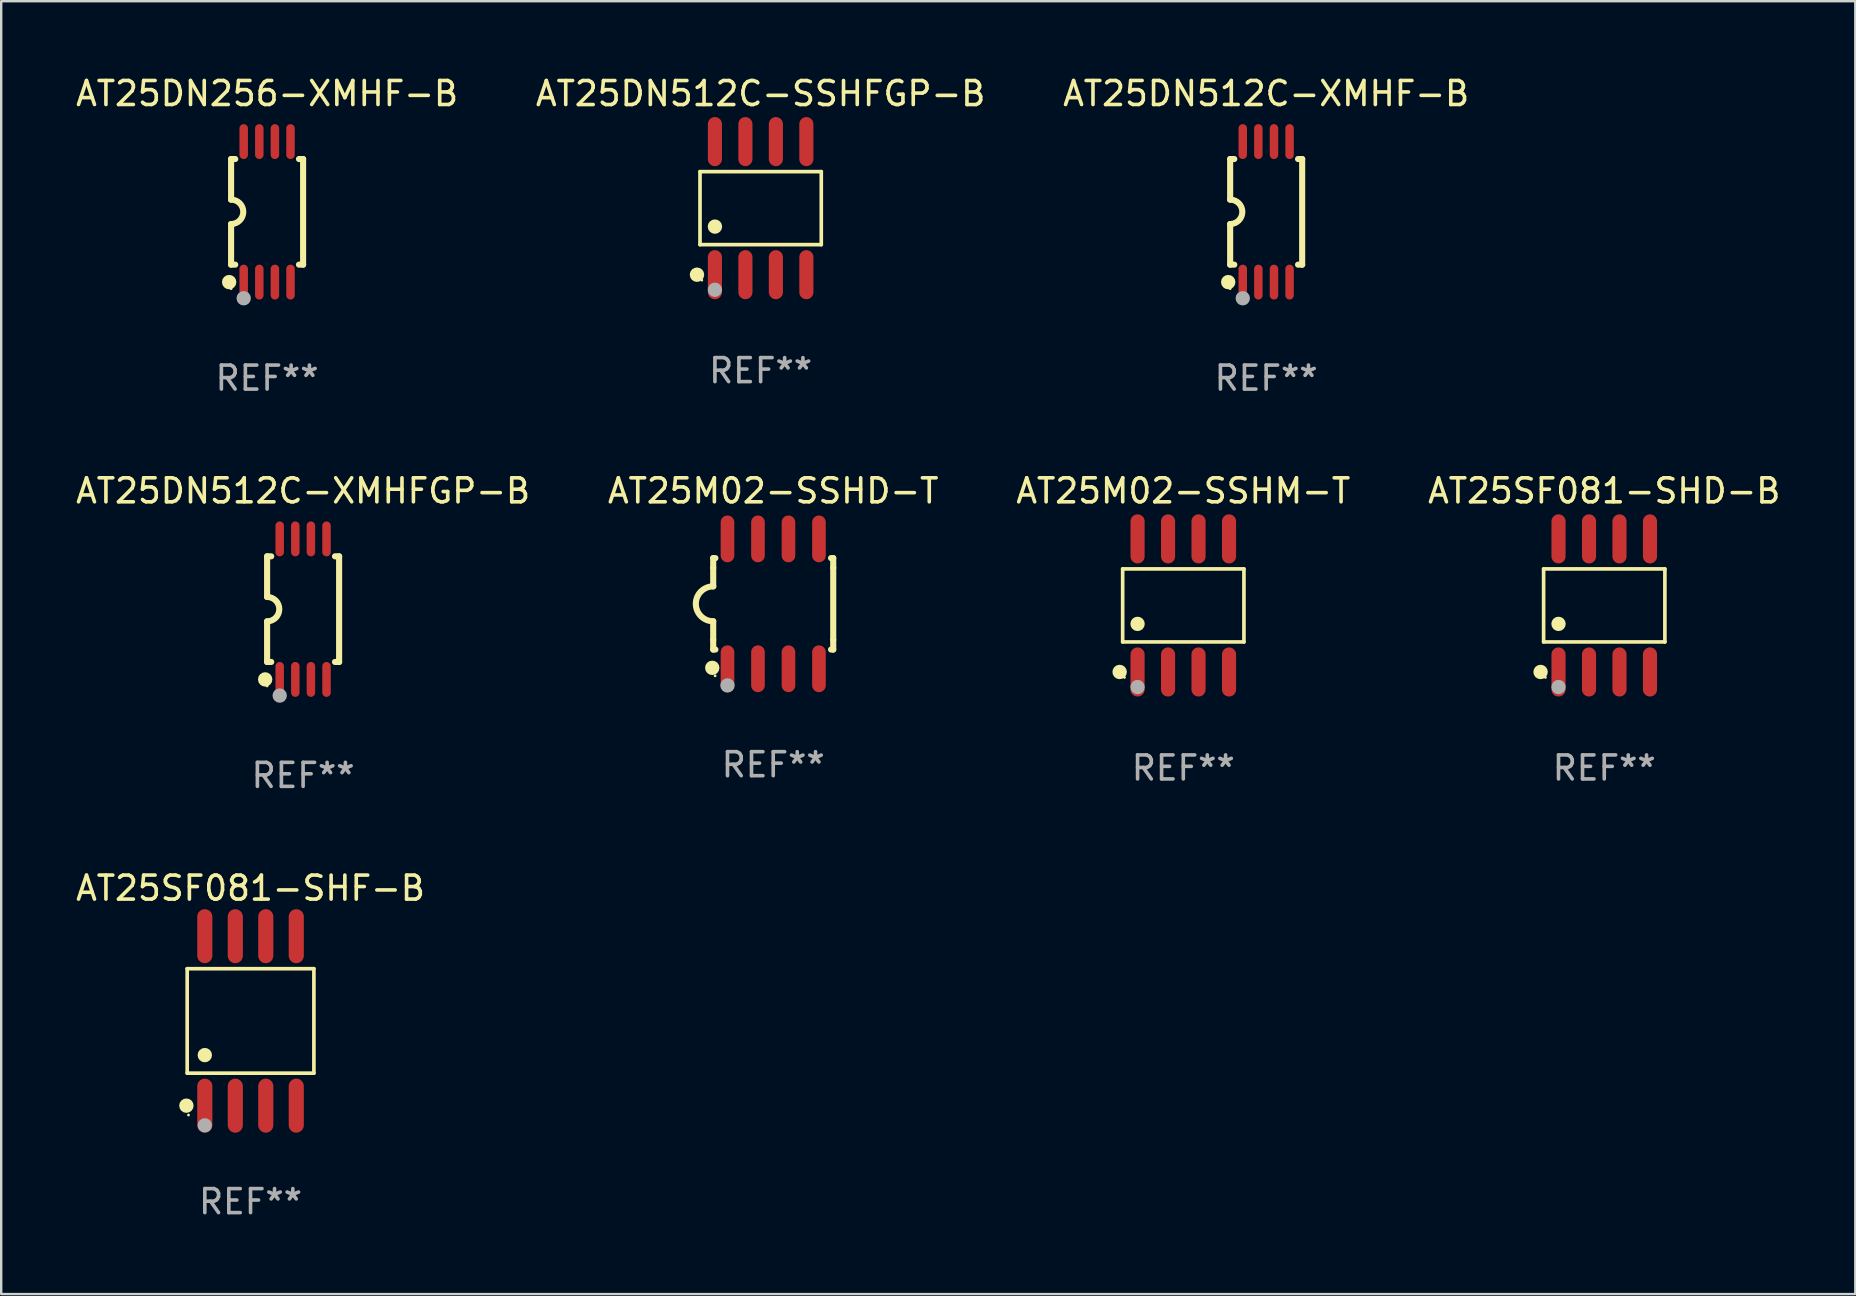
<source format=kicad_pcb>
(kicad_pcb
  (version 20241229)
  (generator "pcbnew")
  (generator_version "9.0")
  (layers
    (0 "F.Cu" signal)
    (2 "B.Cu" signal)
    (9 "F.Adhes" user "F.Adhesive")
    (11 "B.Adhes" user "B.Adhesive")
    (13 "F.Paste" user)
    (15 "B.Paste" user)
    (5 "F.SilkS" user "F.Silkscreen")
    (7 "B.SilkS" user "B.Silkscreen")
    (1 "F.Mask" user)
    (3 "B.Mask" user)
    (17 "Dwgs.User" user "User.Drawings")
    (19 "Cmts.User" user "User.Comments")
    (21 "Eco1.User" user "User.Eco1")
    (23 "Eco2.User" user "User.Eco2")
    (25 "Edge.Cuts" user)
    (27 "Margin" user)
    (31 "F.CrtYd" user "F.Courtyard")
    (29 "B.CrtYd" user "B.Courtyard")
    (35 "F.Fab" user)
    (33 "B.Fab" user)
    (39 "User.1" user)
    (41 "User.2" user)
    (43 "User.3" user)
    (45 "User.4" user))
  (footprint "AT25DN256-XMHF-B"
    (layer "F.Cu")
    (at 8.077 5.775)
    (property "Reference" "AT25DN256-XMHF-B" (at 0 -4.927 0) (layer "F.SilkS") (effects (font (size 1 1) (thickness 0.15))))
    (attr through_hole)
    (fp_line (start -1.5 -2.2) (end -1.5 -0.508) (stroke (width 0.254) (type solid)) (layer "F.SilkS"))
    (fp_line (start -1.5 -2.2) (end -1.328 -2.2) (stroke (width 0.254) (type solid)) (layer "F.SilkS"))
    (fp_line (start -1.5 2.2) (end -1.5 0.508) (stroke (width 0.254) (type solid)) (layer "F.SilkS"))
    (fp_line (start -1.5 2.2) (end -1.328 2.2) (stroke (width 0.254) (type solid)) (layer "F.SilkS"))
    (fp_line (start 1.328 -2.2) (end 1.5 -2.2) (stroke (width 0.254) (type solid)) (layer "F.SilkS"))
    (fp_line (start 1.328 2.2) (end 1.5 2.2) (stroke (width 0.254) (type solid)) (layer "F.SilkS"))
    (fp_line (start 1.5 -2.2) (end 1.5 2.2) (stroke (width 0.254) (type solid)) (layer "F.SilkS"))
    (fp_arc (start -1.501144 -0.508) (mid -0.993143 -0.000571) (end -1.5 0.508001) (stroke (width 0.254001) (type solid)) (layer "F.SilkS"))
    (fp_circle (center -1.581 2.927) (end -1.431 2.927) (stroke (width 0.3) (type solid)) (fill no) (layer "F.SilkS"))
    (fp_circle (center -1.5 3.2) (end -1.47 3.2) (stroke (width 0.06) (type solid)) (fill no) (layer "F.SilkS"))
    (fp_circle (center -0.975 3.6) (end -0.825 3.6) (stroke (width 0.3) (type solid)) (fill no) (layer "F.Fab"))
    (fp_text user "REF**" (at 0 6.927 0) (layer "F.Fab") (effects (font (size 1 1) (thickness 0.15))))
    (pad "1" smd oval (at -0.975 2.927) (size 0.353 1.454) (layers "F.Cu" "F.Mask" "F.Paste"))
    (pad "2" smd oval (at -0.325 2.927) (size 0.353 1.454) (layers "F.Cu" "F.Mask" "F.Paste"))
    (pad "3" smd oval (at 0.325 2.927) (size 0.353 1.454) (layers "F.Cu" "F.Mask" "F.Paste"))
    (pad "4" smd oval (at 0.975 2.927) (size 0.353 1.454) (layers "F.Cu" "F.Mask" "F.Paste"))
    (pad "5" smd oval (at 0.975 -2.927) (size 0.353 1.454) (layers "F.Cu" "F.Mask" "F.Paste"))
    (pad "6" smd oval (at 0.325 -2.927) (size 0.353 1.454) (layers "F.Cu" "F.Mask" "F.Paste"))
    (pad "7" smd oval (at -0.325 -2.927) (size 0.353 1.454) (layers "F.Cu" "F.Mask" "F.Paste"))
    (pad "8" smd oval (at -0.975 -2.927) (size 0.353 1.454) (layers "F.Cu" "F.Mask" "F.Paste")))
  (footprint "AT25M02-SSHD-T"
    (layer "F.Cu")
    (at 29.161 22.104)
    (property "Reference" "AT25M02-SSHD-T" (at 0 -4.705 0) (layer "F.SilkS") (effects (font (size 1 1) (thickness 0.15))))
    (attr through_hole)
    (fp_line (start -2.5 -1.905) (end -2.409 -1.905) (stroke (width 0.254) (type solid)) (layer "F.SilkS"))
    (fp_line (start -2.5 -1.5) (end -2.5 -1.905) (stroke (width 0.254) (type solid)) (layer "F.SilkS"))
    (fp_line (start -2.5 -1.5) (end -2.5 -0.726) (stroke (width 0.254) (type solid)) (layer "F.SilkS"))
    (fp_line (start -2.5 1.5) (end -2.5 0.727) (stroke (width 0.254) (type solid)) (layer "F.SilkS"))
    (fp_line (start -2.5 1.5) (end -2.5 1.905) (stroke (width 0.254) (type solid)) (layer "F.SilkS"))
    (fp_line (start -2.5 1.905) (end -2.409 1.905) (stroke (width 0.254) (type solid)) (layer "F.SilkS"))
    (fp_line (start 2.5 -1.905) (end 2.409 -1.905) (stroke (width 0.254) (type solid)) (layer "F.SilkS"))
    (fp_line (start 2.5 -1.5) (end 2.5 -1.905) (stroke (width 0.254) (type solid)) (layer "F.SilkS"))
    (fp_line (start 2.5 -1.5) (end 2.5 1.5) (stroke (width 0.254) (type solid)) (layer "F.SilkS"))
    (fp_line (start 2.5 1.5) (end 2.5 1.905) (stroke (width 0.254) (type solid)) (layer "F.SilkS"))
    (fp_line (start 2.5 1.905) (end 2.409 1.905) (stroke (width 0.254) (type solid)) (layer "F.SilkS"))
    (fp_arc (start -2.5 0.726568) (mid -3.220316 -0.0023) (end -2.495097 -0.726289) (stroke (width 0.254001) (type solid)) (layer "F.SilkS"))
    (fp_circle (center -2.54 2.667) (end -2.39 2.667) (stroke (width 0.3) (type solid)) (fill no) (layer "F.SilkS"))
    (fp_circle (center -2.42 3) (end -2.39 3) (stroke (width 0.06) (type solid)) (fill no) (layer "F.SilkS"))
    (fp_circle (center -1.905 3.4) (end -1.755 3.4) (stroke (width 0.3) (type solid)) (fill no) (layer "F.Fab"))
    (fp_text user "REF**" (at 0 6.705 0) (layer "F.Fab") (effects (font (size 1 1) (thickness 0.15))))
    (pad "1" smd oval (at -1.905 2.705) (size 0.568 1.95) (layers "F.Cu" "F.Mask" "F.Paste"))
    (pad "2" smd oval (at -0.635 2.705) (size 0.568 1.95) (layers "F.Cu" "F.Mask" "F.Paste"))
    (pad "3" smd oval (at 0.635 2.705) (size 0.568 1.95) (layers "F.Cu" "F.Mask" "F.Paste"))
    (pad "4" smd oval (at 1.905 2.705) (size 0.568 1.95) (layers "F.Cu" "F.Mask" "F.Paste"))
    (pad "5" smd oval (at 1.905 -2.705) (size 0.568 1.95) (layers "F.Cu" "F.Mask" "F.Paste"))
    (pad "6" smd oval (at 0.635 -2.705) (size 0.568 1.95) (layers "F.Cu" "F.Mask" "F.Paste"))
    (pad "7" smd oval (at -0.635 -2.705) (size 0.568 1.95) (layers "F.Cu" "F.Mask" "F.Paste"))
    (pad "8" smd oval (at -1.905 -2.705) (size 0.568 1.95) (layers "F.Cu" "F.Mask" "F.Paste")))
  (footprint "AT25SF081-SHF-B"
    (layer "F.Cu")
    (at 7.387 39.48)
    (property "Reference" "AT25SF081-SHF-B" (at 0 -5.53 0) (layer "F.SilkS") (effects (font (size 1 1) (thickness 0.15))))
    (attr through_hole)
    (fp_line (start -2.639 -2.176) (end 2.639 -2.176) (stroke (width 0.152) (type solid)) (layer "F.SilkS"))
    (fp_line (start -2.639 2.176) (end -2.639 -2.176) (stroke (width 0.152) (type solid)) (layer "F.SilkS"))
    (fp_line (start 2.639 -2.176) (end 2.639 2.176) (stroke (width 0.152) (type solid)) (layer "F.SilkS"))
    (fp_line (start 2.639 2.176) (end -2.639 2.176) (stroke (width 0.152) (type solid)) (layer "F.SilkS"))
    (fp_circle (center -2.672 3.53) (end -2.522 3.53) (stroke (width 0.3) (type solid)) (fill no) (layer "F.SilkS"))
    (fp_circle (center -2.585 3.92) (end -2.555 3.92) (stroke (width 0.06) (type solid)) (fill no) (layer "F.SilkS"))
    (fp_circle (center -1.905 1.424) (end -1.755 1.424) (stroke (width 0.3) (type solid)) (fill no) (layer "F.SilkS"))
    (fp_circle (center -1.905 4.35) (end -1.755 4.35) (stroke (width 0.3) (type solid)) (fill no) (layer "F.Fab"))
    (fp_text user "REF**" (at 0 7.53 0) (layer "F.Fab") (effects (font (size 1 1) (thickness 0.15))))
    (pad "1" smd oval (at -1.905 3.53) (size 0.63 2.25) (layers "F.Cu" "F.Mask" "F.Paste"))
    (pad "2" smd oval (at -0.635 3.53) (size 0.63 2.25) (layers "F.Cu" "F.Mask" "F.Paste"))
    (pad "3" smd oval (at 0.635 3.53) (size 0.63 2.25) (layers "F.Cu" "F.Mask" "F.Paste"))
    (pad "4" smd oval (at 1.905 3.53) (size 0.63 2.25) (layers "F.Cu" "F.Mask" "F.Paste"))
    (pad "5" smd oval (at 1.905 -3.53) (size 0.63 2.25) (layers "F.Cu" "F.Mask" "F.Paste"))
    (pad "6" smd oval (at 0.635 -3.53) (size 0.63 2.25) (layers "F.Cu" "F.Mask" "F.Paste"))
    (pad "7" smd oval (at -0.635 -3.53) (size 0.63 2.25) (layers "F.Cu" "F.Mask" "F.Paste"))
    (pad "8" smd oval (at -1.905 -3.53) (size 0.63 2.25) (layers "F.Cu" "F.Mask" "F.Paste")))
  (footprint "AT25M02-SSHM-T"
    (layer "F.Cu")
    (at 46.244 22.171)
    (property "Reference" "AT25M02-SSHM-T" (at 0 -4.772 0) (layer "F.SilkS") (effects (font (size 1 1) (thickness 0.15))))
    (attr through_hole)
    (fp_line (start -2.526 -1.521) (end 2.526 -1.521) (stroke (width 0.152) (type solid)) (layer "F.SilkS"))
    (fp_line (start -2.526 1.521) (end -2.526 -1.521) (stroke (width 0.152) (type solid)) (layer "F.SilkS"))
    (fp_line (start 2.526 -1.521) (end 2.526 1.521) (stroke (width 0.152) (type solid)) (layer "F.SilkS"))
    (fp_line (start 2.526 1.521) (end -2.526 1.521) (stroke (width 0.152) (type solid)) (layer "F.SilkS"))
    (fp_circle (center -2.652 2.772) (end -2.501 2.772) (stroke (width 0.3) (type solid)) (fill no) (layer "F.SilkS"))
    (fp_circle (center -2.45 3) (end -2.42 3) (stroke (width 0.06) (type solid)) (fill no) (layer "F.SilkS"))
    (fp_circle (center -1.905 0.769) (end -1.755 0.769) (stroke (width 0.3) (type solid)) (fill no) (layer "F.SilkS"))
    (fp_circle (center -1.905 3.4) (end -1.755 3.4) (stroke (width 0.3) (type solid)) (fill no) (layer "F.Fab"))
    (fp_text user "REF**" (at 0 6.772 0) (layer "F.Fab") (effects (font (size 1 1) (thickness 0.15))))
    (pad "1" smd oval (at -1.905 2.772) (size 0.588 2.045) (layers "F.Cu" "F.Mask" "F.Paste"))
    (pad "2" smd oval (at -0.635 2.772) (size 0.588 2.045) (layers "F.Cu" "F.Mask" "F.Paste"))
    (pad "3" smd oval (at 0.635 2.772) (size 0.588 2.045) (layers "F.Cu" "F.Mask" "F.Paste"))
    (pad "4" smd oval (at 1.905 2.772) (size 0.588 2.045) (layers "F.Cu" "F.Mask" "F.Paste"))
    (pad "5" smd oval (at 1.905 -2.772) (size 0.588 2.045) (layers "F.Cu" "F.Mask" "F.Paste"))
    (pad "6" smd oval (at 0.635 -2.772) (size 0.588 2.045) (layers "F.Cu" "F.Mask" "F.Paste"))
    (pad "7" smd oval (at -0.635 -2.772) (size 0.588 2.045) (layers "F.Cu" "F.Mask" "F.Paste"))
    (pad "8" smd oval (at -1.905 -2.772) (size 0.588 2.045) (layers "F.Cu" "F.Mask" "F.Paste")))
  (footprint "AT25SF081-SHD-B"
    (layer "F.Cu")
    (at 63.78 22.171)
    (property "Reference" "AT25SF081-SHD-B" (at 0 -4.772 0) (layer "F.SilkS") (effects (font (size 1 1) (thickness 0.15))))
    (attr through_hole)
    (fp_line (start -2.526 -1.521) (end 2.526 -1.521) (stroke (width 0.152) (type solid)) (layer "F.SilkS"))
    (fp_line (start -2.526 1.521) (end -2.526 -1.521) (stroke (width 0.152) (type solid)) (layer "F.SilkS"))
    (fp_line (start 2.526 -1.521) (end 2.526 1.521) (stroke (width 0.152) (type solid)) (layer "F.SilkS"))
    (fp_line (start 2.526 1.521) (end -2.526 1.521) (stroke (width 0.152) (type solid)) (layer "F.SilkS"))
    (fp_circle (center -2.652 2.772) (end -2.501 2.772) (stroke (width 0.3) (type solid)) (fill no) (layer "F.SilkS"))
    (fp_circle (center -2.45 3) (end -2.42 3) (stroke (width 0.06) (type solid)) (fill no) (layer "F.SilkS"))
    (fp_circle (center -1.905 0.769) (end -1.755 0.769) (stroke (width 0.3) (type solid)) (fill no) (layer "F.SilkS"))
    (fp_circle (center -1.905 3.4) (end -1.755 3.4) (stroke (width 0.3) (type solid)) (fill no) (layer "F.Fab"))
    (fp_text user "REF**" (at 0 6.772 0) (layer "F.Fab") (effects (font (size 1 1) (thickness 0.15))))
    (pad "1" smd oval (at -1.905 2.772) (size 0.588 2.045) (layers "F.Cu" "F.Mask" "F.Paste"))
    (pad "2" smd oval (at -0.635 2.772) (size 0.588 2.045) (layers "F.Cu" "F.Mask" "F.Paste"))
    (pad "3" smd oval (at 0.635 2.772) (size 0.588 2.045) (layers "F.Cu" "F.Mask" "F.Paste"))
    (pad "4" smd oval (at 1.905 2.772) (size 0.588 2.045) (layers "F.Cu" "F.Mask" "F.Paste"))
    (pad "5" smd oval (at 1.905 -2.772) (size 0.588 2.045) (layers "F.Cu" "F.Mask" "F.Paste"))
    (pad "6" smd oval (at 0.635 -2.772) (size 0.588 2.045) (layers "F.Cu" "F.Mask" "F.Paste"))
    (pad "7" smd oval (at -0.635 -2.772) (size 0.588 2.045) (layers "F.Cu" "F.Mask" "F.Paste"))
    (pad "8" smd oval (at -1.905 -2.772) (size 0.588 2.045) (layers "F.Cu" "F.Mask" "F.Paste")))
  (footprint "AT25DN512C-XMHFGP-B"
    (layer "F.Cu")
    (at 9.577 22.326)
    (property "Reference" "AT25DN512C-XMHFGP-B" (at 0 -4.927 0) (layer "F.SilkS") (effects (font (size 1 1) (thickness 0.15))))
    (attr through_hole)
    (fp_line (start -1.5 -2.2) (end -1.5 -0.508) (stroke (width 0.254) (type solid)) (layer "F.SilkS"))
    (fp_line (start -1.5 -2.2) (end -1.328 -2.2) (stroke (width 0.254) (type solid)) (layer "F.SilkS"))
    (fp_line (start -1.5 2.2) (end -1.5 0.508) (stroke (width 0.254) (type solid)) (layer "F.SilkS"))
    (fp_line (start -1.5 2.2) (end -1.328 2.2) (stroke (width 0.254) (type solid)) (layer "F.SilkS"))
    (fp_line (start 1.328 -2.2) (end 1.5 -2.2) (stroke (width 0.254) (type solid)) (layer "F.SilkS"))
    (fp_line (start 1.328 2.2) (end 1.5 2.2) (stroke (width 0.254) (type solid)) (layer "F.SilkS"))
    (fp_line (start 1.5 -2.2) (end 1.5 2.2) (stroke (width 0.254) (type solid)) (layer "F.SilkS"))
    (fp_arc (start -1.501144 -0.508) (mid -0.993143 -0.000571) (end -1.5 0.508001) (stroke (width 0.254001) (type solid)) (layer "F.SilkS"))
    (fp_circle (center -1.581 2.927) (end -1.431 2.927) (stroke (width 0.3) (type solid)) (fill no) (layer "F.SilkS"))
    (fp_circle (center -1.5 3.2) (end -1.47 3.2) (stroke (width 0.06) (type solid)) (fill no) (layer "F.SilkS"))
    (fp_circle (center -0.975 3.6) (end -0.825 3.6) (stroke (width 0.3) (type solid)) (fill no) (layer "F.Fab"))
    (fp_text user "REF**" (at 0 6.927 0) (layer "F.Fab") (effects (font (size 1 1) (thickness 0.15))))
    (pad "1" smd oval (at -0.975 2.927) (size 0.353 1.454) (layers "F.Cu" "F.Mask" "F.Paste"))
    (pad "2" smd oval (at -0.325 2.927) (size 0.353 1.454) (layers "F.Cu" "F.Mask" "F.Paste"))
    (pad "3" smd oval (at 0.325 2.927) (size 0.353 1.454) (layers "F.Cu" "F.Mask" "F.Paste"))
    (pad "4" smd oval (at 0.975 2.927) (size 0.353 1.454) (layers "F.Cu" "F.Mask" "F.Paste"))
    (pad "5" smd oval (at 0.975 -2.927) (size 0.353 1.454) (layers "F.Cu" "F.Mask" "F.Paste"))
    (pad "6" smd oval (at 0.325 -2.927) (size 0.353 1.454) (layers "F.Cu" "F.Mask" "F.Paste"))
    (pad "7" smd oval (at -0.325 -2.927) (size 0.353 1.454) (layers "F.Cu" "F.Mask" "F.Paste"))
    (pad "8" smd oval (at -0.975 -2.927) (size 0.353 1.454) (layers "F.Cu" "F.Mask" "F.Paste")))
  (footprint "AT25DN512C-XMHF-B"
    (layer "F.Cu")
    (at 49.696 5.775)
    (property "Reference" "AT25DN512C-XMHF-B" (at 0 -4.927 0) (layer "F.SilkS") (effects (font (size 1 1) (thickness 0.15))))
    (attr through_hole)
    (fp_line (start -1.5 -2.2) (end -1.5 -0.508) (stroke (width 0.254) (type solid)) (layer "F.SilkS"))
    (fp_line (start -1.5 -2.2) (end -1.328 -2.2) (stroke (width 0.254) (type solid)) (layer "F.SilkS"))
    (fp_line (start -1.5 2.2) (end -1.5 0.508) (stroke (width 0.254) (type solid)) (layer "F.SilkS"))
    (fp_line (start -1.5 2.2) (end -1.328 2.2) (stroke (width 0.254) (type solid)) (layer "F.SilkS"))
    (fp_line (start 1.328 -2.2) (end 1.5 -2.2) (stroke (width 0.254) (type solid)) (layer "F.SilkS"))
    (fp_line (start 1.328 2.2) (end 1.5 2.2) (stroke (width 0.254) (type solid)) (layer "F.SilkS"))
    (fp_line (start 1.5 -2.2) (end 1.5 2.2) (stroke (width 0.254) (type solid)) (layer "F.SilkS"))
    (fp_arc (start -1.501144 -0.508) (mid -0.993143 -0.000571) (end -1.5 0.508001) (stroke (width 0.254001) (type solid)) (layer "F.SilkS"))
    (fp_circle (center -1.581 2.927) (end -1.431 2.927) (stroke (width 0.3) (type solid)) (fill no) (layer "F.SilkS"))
    (fp_circle (center -1.5 3.2) (end -1.47 3.2) (stroke (width 0.06) (type solid)) (fill no) (layer "F.SilkS"))
    (fp_circle (center -0.975 3.6) (end -0.825 3.6) (stroke (width 0.3) (type solid)) (fill no) (layer "F.Fab"))
    (fp_text user "REF**" (at 0 6.927 0) (layer "F.Fab") (effects (font (size 1 1) (thickness 0.15))))
    (pad "1" smd oval (at -0.975 2.927) (size 0.353 1.454) (layers "F.Cu" "F.Mask" "F.Paste"))
    (pad "2" smd oval (at -0.325 2.927) (size 0.353 1.454) (layers "F.Cu" "F.Mask" "F.Paste"))
    (pad "3" smd oval (at 0.325 2.927) (size 0.353 1.454) (layers "F.Cu" "F.Mask" "F.Paste"))
    (pad "4" smd oval (at 0.975 2.927) (size 0.353 1.454) (layers "F.Cu" "F.Mask" "F.Paste"))
    (pad "5" smd oval (at 0.975 -2.927) (size 0.353 1.454) (layers "F.Cu" "F.Mask" "F.Paste"))
    (pad "6" smd oval (at 0.325 -2.927) (size 0.353 1.454) (layers "F.Cu" "F.Mask" "F.Paste"))
    (pad "7" smd oval (at -0.325 -2.927) (size 0.353 1.454) (layers "F.Cu" "F.Mask" "F.Paste"))
    (pad "8" smd oval (at -0.975 -2.927) (size 0.353 1.454) (layers "F.Cu" "F.Mask" "F.Paste")))
  (footprint "AT25DN512C-SSHFGP-B"
    (layer "F.Cu")
    (at 28.637 5.621)
    (property "Reference" "AT25DN512C-SSHFGP-B" (at 0 -4.772 0) (layer "F.SilkS") (effects (font (size 1 1) (thickness 0.15))))
    (attr through_hole)
    (fp_line (start -2.526 -1.521) (end 2.526 -1.521) (stroke (width 0.152) (type solid)) (layer "F.SilkS"))
    (fp_line (start -2.526 1.521) (end -2.526 -1.521) (stroke (width 0.152) (type solid)) (layer "F.SilkS"))
    (fp_line (start 2.526 -1.521) (end 2.526 1.521) (stroke (width 0.152) (type solid)) (layer "F.SilkS"))
    (fp_line (start 2.526 1.521) (end -2.526 1.521) (stroke (width 0.152) (type solid)) (layer "F.SilkS"))
    (fp_circle (center -2.652 2.772) (end -2.501 2.772) (stroke (width 0.3) (type solid)) (fill no) (layer "F.SilkS"))
    (fp_circle (center -2.45 3) (end -2.42 3) (stroke (width 0.06) (type solid)) (fill no) (layer "F.SilkS"))
    (fp_circle (center -1.905 0.769) (end -1.755 0.769) (stroke (width 0.3) (type solid)) (fill no) (layer "F.SilkS"))
    (fp_circle (center -1.905 3.4) (end -1.755 3.4) (stroke (width 0.3) (type solid)) (fill no) (layer "F.Fab"))
    (fp_text user "REF**" (at 0 6.772 0) (layer "F.Fab") (effects (font (size 1 1) (thickness 0.15))))
    (pad "1" smd oval (at -1.905 2.772) (size 0.588 2.045) (layers "F.Cu" "F.Mask" "F.Paste"))
    (pad "2" smd oval (at -0.635 2.772) (size 0.588 2.045) (layers "F.Cu" "F.Mask" "F.Paste"))
    (pad "3" smd oval (at 0.635 2.772) (size 0.588 2.045) (layers "F.Cu" "F.Mask" "F.Paste"))
    (pad "4" smd oval (at 1.905 2.772) (size 0.588 2.045) (layers "F.Cu" "F.Mask" "F.Paste"))
    (pad "5" smd oval (at 1.905 -2.772) (size 0.588 2.045) (layers "F.Cu" "F.Mask" "F.Paste"))
    (pad "6" smd oval (at 0.635 -2.772) (size 0.588 2.045) (layers "F.Cu" "F.Mask" "F.Paste"))
    (pad "7" smd oval (at -0.635 -2.772) (size 0.588 2.045) (layers "F.Cu" "F.Mask" "F.Paste"))
    (pad "8" smd oval (at -1.905 -2.772) (size 0.588 2.045) (layers "F.Cu" "F.Mask" "F.Paste")))
  (gr_rect
    (start -3 -3)
    (end 74.238 50.858)
    (stroke (width 0.1) (type default))
    (fill no)
    (layer "Edge.Cuts")))
</source>
